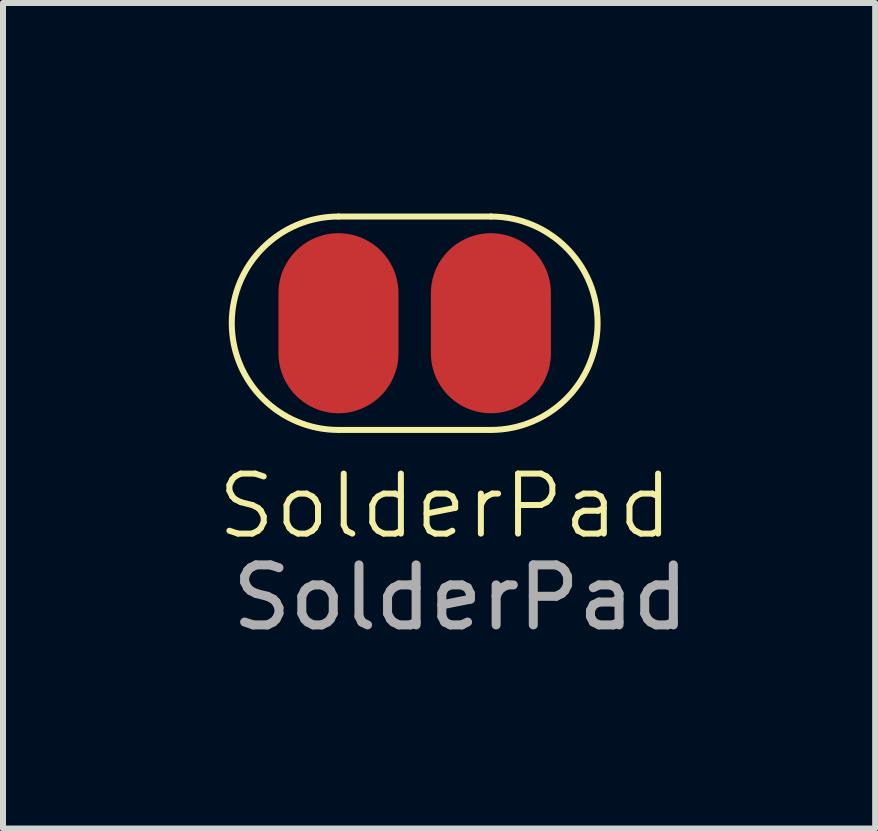
<source format=kicad_pcb>
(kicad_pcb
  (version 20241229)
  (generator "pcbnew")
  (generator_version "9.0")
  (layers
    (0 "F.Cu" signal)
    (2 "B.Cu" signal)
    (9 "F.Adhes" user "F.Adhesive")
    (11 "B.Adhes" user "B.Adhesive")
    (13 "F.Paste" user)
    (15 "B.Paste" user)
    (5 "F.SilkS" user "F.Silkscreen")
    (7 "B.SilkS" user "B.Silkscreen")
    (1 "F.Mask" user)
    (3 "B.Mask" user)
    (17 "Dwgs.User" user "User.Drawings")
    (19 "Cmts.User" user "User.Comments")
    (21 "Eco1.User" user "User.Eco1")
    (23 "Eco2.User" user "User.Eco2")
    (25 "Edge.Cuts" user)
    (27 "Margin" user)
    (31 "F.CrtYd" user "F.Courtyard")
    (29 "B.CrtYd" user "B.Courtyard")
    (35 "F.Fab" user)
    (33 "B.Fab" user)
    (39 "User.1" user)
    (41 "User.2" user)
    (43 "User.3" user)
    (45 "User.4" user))
  (footprint "SolderPad"
    (layer "F.Cu")
    (at 5.13 2.336)
    (property "Reference" "SolderPad" (at -0.762 3.048 0) (unlocked yes) (layer "F.SilkS") (effects (font (size 1 1) (thickness 0.1))))
    (attr smd)
    (fp_line (start -2.794 -2.286) (end 0.254 -2.286) (stroke (width 0.1) (type default)) (layer "F.Mask"))
    (fp_line (start -2.794 2.286) (end 0.254 2.286) (stroke (width 0.1) (type default)) (layer "F.Mask"))
    (fp_arc (start -2.794 2.286) (mid -5.08 0) (end -2.794 -2.286) (stroke (width 0.1) (type default)) (layer "F.Mask"))
    (fp_arc (start 0.254 -2.286) (mid 2.54 0) (end 0.254 2.286) (stroke (width 0.1) (type default)) (layer "F.Mask"))
    (fp_line (start -2.54 -1.778) (end 0 -1.778) (stroke (width 0.1) (type default)) (layer "F.SilkS"))
    (fp_line (start -2.54 1.778) (end 0 1.778) (stroke (width 0.1) (type default)) (layer "F.SilkS"))
    (fp_arc (start -2.54 1.778) (mid -4.318 0) (end -2.54 -1.778) (stroke (width 0.1) (type default)) (layer "F.SilkS"))
    (fp_arc (start 0 -1.778) (mid 1.778 0) (end 0 1.778) (stroke (width 0.1) (type default)) (layer "F.SilkS"))
    (fp_text user "${REFERENCE}" (at -0.508 4.572 0) (unlocked yes) (layer "F.Fab") (effects (font (size 1 1) (thickness 0.15))))
    (pad "1" smd oval (at 0 0 90) (size 3 2) (layers "F.Cu" "F.Mask"))
    (pad "2" smd oval (at -2.54 0 90) (size 3 2) (layers "F.Cu" "F.Mask")))
  (gr_rect
    (start -3 -3)
    (end 11.533 10.756)
    (stroke (width 0.1) (type default))
    (fill no)
    (layer "Edge.Cuts")))
</source>
